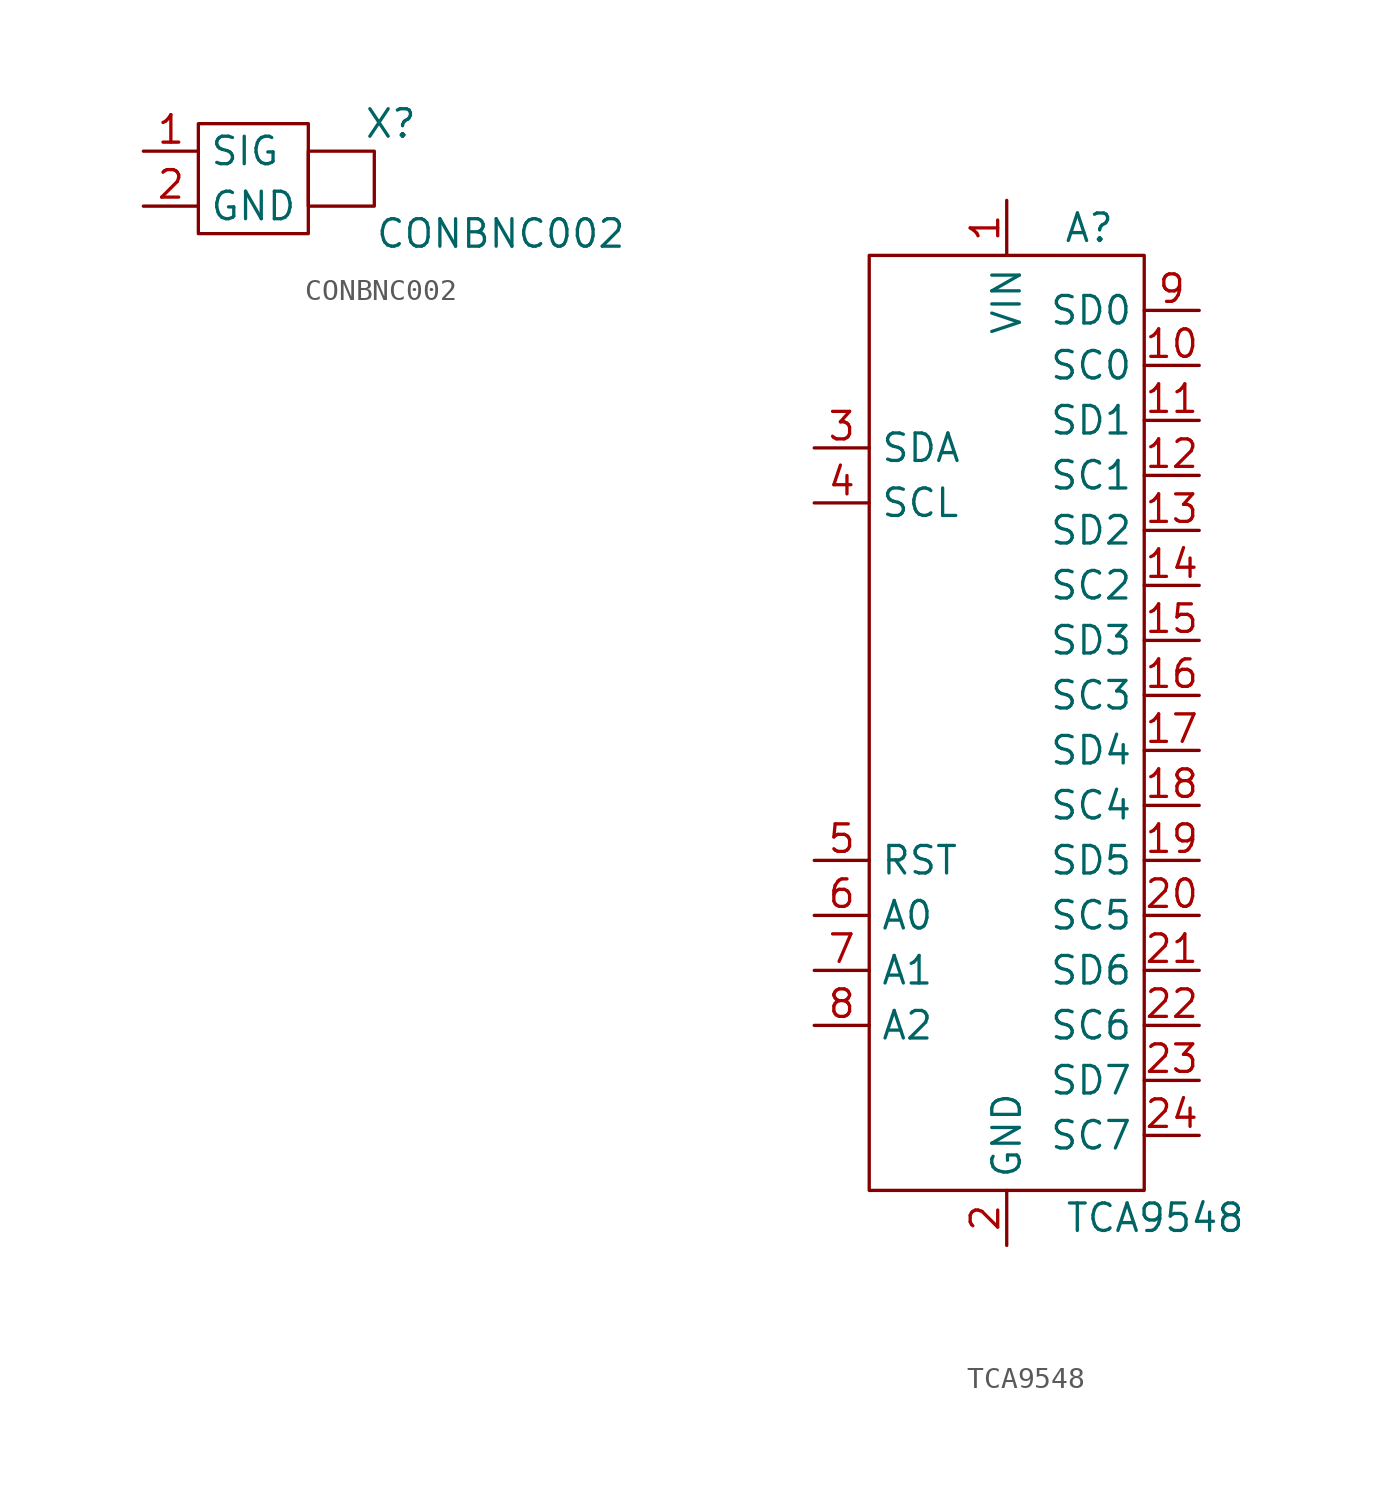
<source format=kicad_sym>
(kicad_symbol_lib
  (version 20211014)
  (generator kicad_symbol_editor)
  (symbol "CONBNC002"
    (property "Reference" "X"
      (at 2.54 2.54 0)
      (effects (font (size 1.27 1.27))))
    (property "Value" "CONBNC002"
      (at 7.62 -2.54 0)
      (effects (font (size 1.27 1.27))))
    (symbol "CONBNC002_0_1"
      (rectangle (start -6.35 2.54) (end -1.27 -2.54) (stroke (width 0) (type default) (color 0 0 0 0)) (fill (type none)))
      (rectangle (start -1.27 1.27) (end 1.778 -1.27) (stroke (width 0) (type default) (color 0 0 0 0)) (fill (type none))))
    (symbol "CONBNC002_1_1"
      (pin bidirectional line (at -8.89 1.27 0) (length 2.54) (name "SIG" (effects (font (size 1.27 1.27)))) (number "1" (effects (font (size 1.27 1.27)))))
      (pin bidirectional line (at -8.89 -1.27 0) (length 2.54) (name "GND" (effects (font (size 1.27 1.27)))) (number "2" (effects (font (size 1.27 1.27)))))))
  (symbol "TCA9548"
    (property "Reference" "A"
      (at 3.81 24.13 0)
      (effects (font (size 1.27 1.27))))
    (property "Value" "TCA9548"
      (at 6.858 -21.59 0)
      (effects (font (size 1.27 1.27))))
    (symbol "TCA9548_0_1"
      (rectangle (start -6.35 22.86) (end 6.35 -20.32) (stroke (width 0) (type default) (color 0 0 0 0)) (fill (type none))))
    (symbol "TCA9548_1_1"
      (pin power_in line (at 0 25.4 270) (length 2.54) (name "VIN" (effects (font (size 1.27 1.27)))) (number "1" (effects (font (size 1.27 1.27)))))
      (pin bidirectional line (at 8.89 17.78 180) (length 2.54) (name "SC0" (effects (font (size 1.27 1.27)))) (number "10" (effects (font (size 1.27 1.27)))))
      (pin bidirectional line (at 8.89 15.24 180) (length 2.54) (name "SD1" (effects (font (size 1.27 1.27)))) (number "11" (effects (font (size 1.27 1.27)))))
      (pin bidirectional line (at 8.89 12.7 180) (length 2.54) (name "SC1" (effects (font (size 1.27 1.27)))) (number "12" (effects (font (size 1.27 1.27)))))
      (pin bidirectional line (at 8.89 10.16 180) (length 2.54) (name "SD2" (effects (font (size 1.27 1.27)))) (number "13" (effects (font (size 1.27 1.27)))))
      (pin bidirectional line (at 8.89 7.62 180) (length 2.54) (name "SC2" (effects (font (size 1.27 1.27)))) (number "14" (effects (font (size 1.27 1.27)))))
      (pin bidirectional line (at 8.89 5.08 180) (length 2.54) (name "SD3" (effects (font (size 1.27 1.27)))) (number "15" (effects (font (size 1.27 1.27)))))
      (pin bidirectional line (at 8.89 2.54 180) (length 2.54) (name "SC3" (effects (font (size 1.27 1.27)))) (number "16" (effects (font (size 1.27 1.27)))))
      (pin bidirectional line (at 8.89 0 180) (length 2.54) (name "SD4" (effects (font (size 1.27 1.27)))) (number "17" (effects (font (size 1.27 1.27)))))
      (pin bidirectional line (at 8.89 -2.54 180) (length 2.54) (name "SC4" (effects (font (size 1.27 1.27)))) (number "18" (effects (font (size 1.27 1.27)))))
      (pin bidirectional line (at 8.89 -5.08 180) (length 2.54) (name "SD5" (effects (font (size 1.27 1.27)))) (number "19" (effects (font (size 1.27 1.27)))))
      (pin power_in line (at 0 -22.86 90) (length 2.54) (name "GND" (effects (font (size 1.27 1.27)))) (number "2" (effects (font (size 1.27 1.27)))))
      (pin bidirectional line (at 8.89 -7.62 180) (length 2.54) (name "SC5" (effects (font (size 1.27 1.27)))) (number "20" (effects (font (size 1.27 1.27)))))
      (pin bidirectional line (at 8.89 -10.16 180) (length 2.54) (name "SD6" (effects (font (size 1.27 1.27)))) (number "21" (effects (font (size 1.27 1.27)))))
      (pin bidirectional line (at 8.89 -12.7 180) (length 2.54) (name "SC6" (effects (font (size 1.27 1.27)))) (number "22" (effects (font (size 1.27 1.27)))))
      (pin bidirectional line (at 8.89 -15.24 180) (length 2.54) (name "SD7" (effects (font (size 1.27 1.27)))) (number "23" (effects (font (size 1.27 1.27)))))
      (pin bidirectional line (at 8.89 -17.78 180) (length 2.54) (name "SC7" (effects (font (size 1.27 1.27)))) (number "24" (effects (font (size 1.27 1.27)))))
      (pin input line (at -8.89 13.97 0) (length 2.54) (name "SDA" (effects (font (size 1.27 1.27)))) (number "3" (effects (font (size 1.27 1.27)))))
      (pin input line (at -8.89 11.43 0) (length 2.54) (name "SCL" (effects (font (size 1.27 1.27)))) (number "4" (effects (font (size 1.27 1.27)))))
      (pin input line (at -8.89 -5.08 0) (length 2.54) (name "RST" (effects (font (size 1.27 1.27)))) (number "5" (effects (font (size 1.27 1.27)))))
      (pin input line (at -8.89 -7.62 0) (length 2.54) (name "A0" (effects (font (size 1.27 1.27)))) (number "6" (effects (font (size 1.27 1.27)))))
      (pin input line (at -8.89 -10.16 0) (length 2.54) (name "A1" (effects (font (size 1.27 1.27)))) (number "7" (effects (font (size 1.27 1.27)))))
      (pin input line (at -8.89 -12.7 0) (length 2.54) (name "A2" (effects (font (size 1.27 1.27)))) (number "8" (effects (font (size 1.27 1.27)))))
      (pin bidirectional line (at 8.89 20.32 180) (length 2.54) (name "SD0" (effects (font (size 1.27 1.27)))) (number "9" (effects (font (size 1.27 1.27))))))))
</source>
